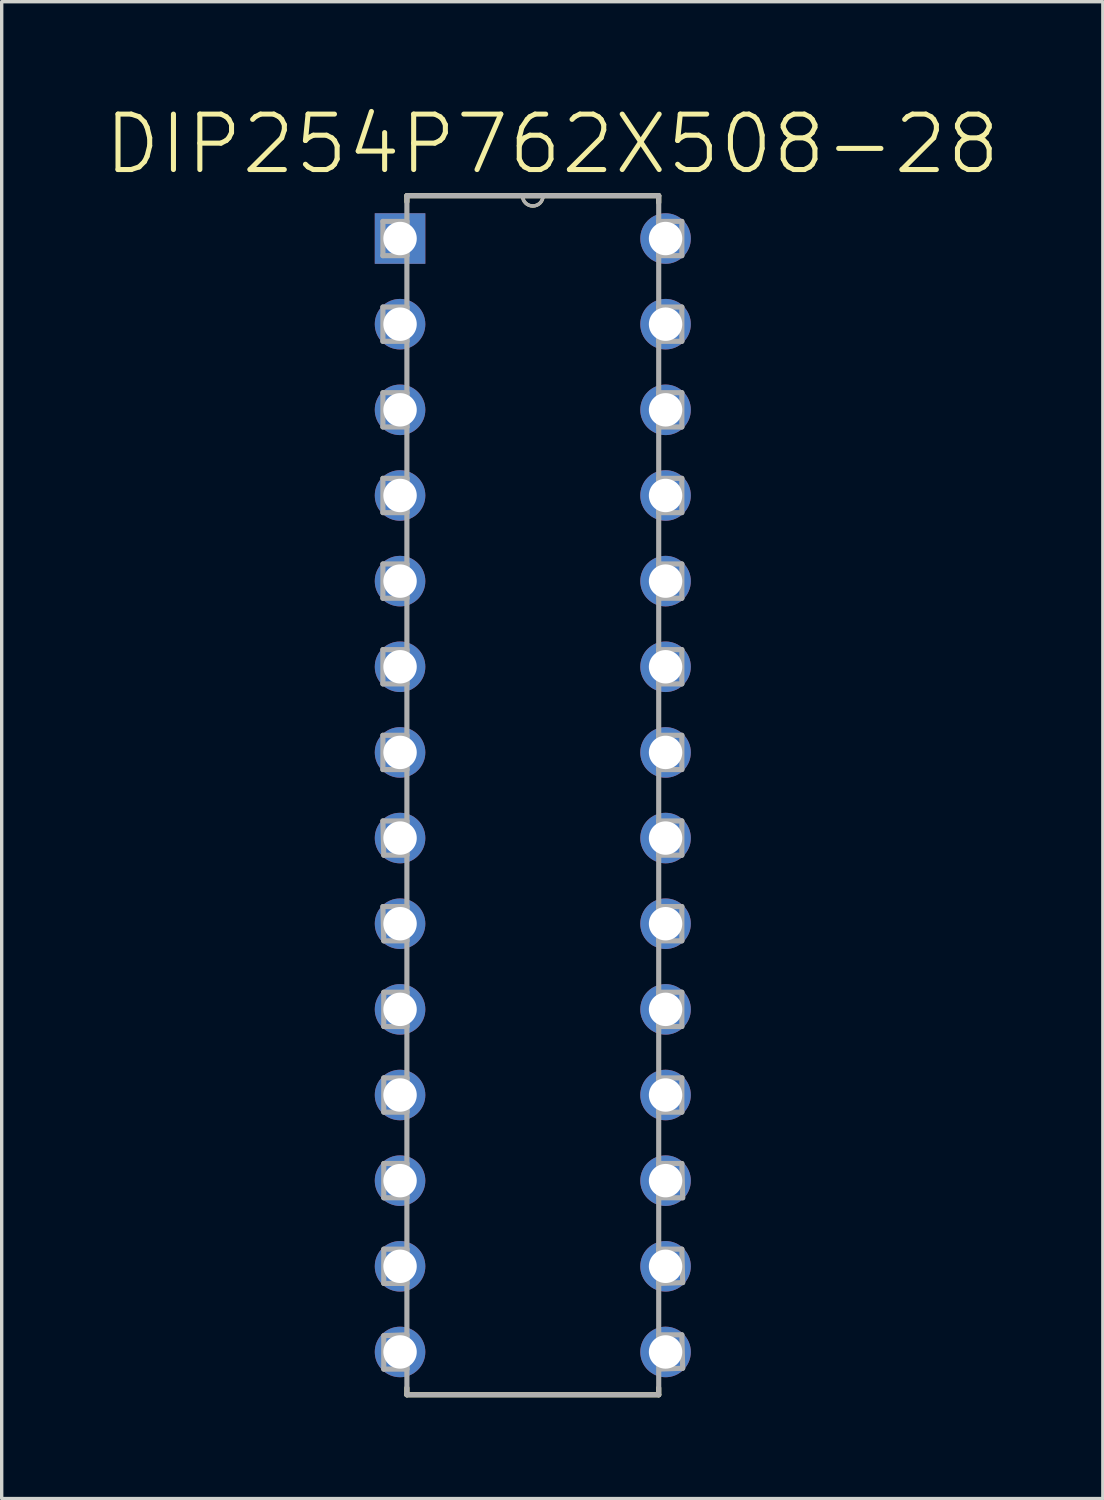
<source format=kicad_pcb>
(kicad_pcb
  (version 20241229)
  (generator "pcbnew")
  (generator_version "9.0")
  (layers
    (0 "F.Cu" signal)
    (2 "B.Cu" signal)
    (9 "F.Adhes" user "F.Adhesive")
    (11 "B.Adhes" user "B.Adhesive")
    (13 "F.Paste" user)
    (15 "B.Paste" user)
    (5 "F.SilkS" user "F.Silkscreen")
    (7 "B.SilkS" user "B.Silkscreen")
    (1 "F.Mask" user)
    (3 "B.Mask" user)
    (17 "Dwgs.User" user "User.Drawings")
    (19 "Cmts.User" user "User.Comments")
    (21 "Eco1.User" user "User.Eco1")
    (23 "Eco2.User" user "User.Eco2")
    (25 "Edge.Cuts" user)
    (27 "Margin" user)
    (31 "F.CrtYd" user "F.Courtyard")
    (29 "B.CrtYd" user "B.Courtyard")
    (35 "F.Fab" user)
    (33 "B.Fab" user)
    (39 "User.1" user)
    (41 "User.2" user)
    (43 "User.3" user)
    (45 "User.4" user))
  (footprint "DIP254P762X508-28"
    (layer "F.Cu")
    (at 16.688 37.044)
    (property "Reference" "DIP254P762X508-28" (at -3.36 -35.819 0) (layer "F.SilkS") (effects (font (size 1.644 1.644) (thickness 0.15))))
    (attr through_hole)
    (fp_line (start -7.671 -34.29) (end -7.671 -34.112) (stroke (width 0.152) (type solid)) (layer "F.SilkS"))
    (fp_line (start -7.671 1.067) (end -7.671 1.27) (stroke (width 0.152) (type solid)) (layer "F.SilkS"))
    (fp_line (start -7.671 1.27) (end -0.203 1.27) (stroke (width 0.152) (type solid)) (layer "F.SilkS"))
    (fp_line (start -4.242 -34.29) (end -7.671 -34.29) (stroke (width 0.152) (type solid)) (layer "F.SilkS"))
    (fp_line (start -3.632 -34.29) (end -4.242 -34.29) (stroke (width 0.152) (type solid)) (layer "F.SilkS"))
    (fp_line (start -0.203 -34.29) (end -3.632 -34.29) (stroke (width 0.152) (type solid)) (layer "F.SilkS"))
    (fp_line (start -0.203 -34.087) (end -0.203 -34.29) (stroke (width 0.152) (type solid)) (layer "F.SilkS"))
    (fp_line (start -0.203 1.27) (end -0.203 1.067) (stroke (width 0.152) (type solid)) (layer "F.SilkS"))
    (fp_arc (start -3.6322 -34.29) (mid -3.937 -33.9852) (end -4.2418 -34.29) (stroke (width 0.1) (type solid)) (layer "F.SilkS"))
    (fp_line (start -8.382 -33.528) (end -8.382 -32.512) (stroke (width 0.152) (type solid)) (layer "F.Fab"))
    (fp_line (start -8.382 -32.512) (end -7.671 -32.512) (stroke (width 0.152) (type solid)) (layer "F.Fab"))
    (fp_line (start -8.382 -30.988) (end -8.382 -29.972) (stroke (width 0.152) (type solid)) (layer "F.Fab"))
    (fp_line (start -8.382 -29.972) (end -7.671 -29.972) (stroke (width 0.152) (type solid)) (layer "F.Fab"))
    (fp_line (start -8.382 -28.448) (end -8.382 -27.432) (stroke (width 0.152) (type solid)) (layer "F.Fab"))
    (fp_line (start -8.382 -27.432) (end -7.671 -27.432) (stroke (width 0.152) (type solid)) (layer "F.Fab"))
    (fp_line (start -8.382 -25.908) (end -8.382 -24.892) (stroke (width 0.152) (type solid)) (layer "F.Fab"))
    (fp_line (start -8.382 -24.892) (end -7.671 -24.892) (stroke (width 0.152) (type solid)) (layer "F.Fab"))
    (fp_line (start -8.382 -23.368) (end -8.382 -22.352) (stroke (width 0.152) (type solid)) (layer "F.Fab"))
    (fp_line (start -8.382 -22.352) (end -7.671 -22.352) (stroke (width 0.152) (type solid)) (layer "F.Fab"))
    (fp_line (start -8.382 -20.828) (end -8.382 -19.812) (stroke (width 0.152) (type solid)) (layer "F.Fab"))
    (fp_line (start -8.382 -19.812) (end -7.671 -19.812) (stroke (width 0.152) (type solid)) (layer "F.Fab"))
    (fp_line (start -8.382 -18.288) (end -8.382 -17.272) (stroke (width 0.152) (type solid)) (layer "F.Fab"))
    (fp_line (start -8.382 -17.272) (end -7.671 -17.272) (stroke (width 0.152) (type solid)) (layer "F.Fab"))
    (fp_line (start -8.382 -15.748) (end -8.357 -14.732) (stroke (width 0.152) (type solid)) (layer "F.Fab"))
    (fp_line (start -8.382 -13.208) (end -8.357 -12.192) (stroke (width 0.152) (type solid)) (layer "F.Fab"))
    (fp_line (start -8.357 -14.732) (end -7.671 -14.732) (stroke (width 0.152) (type solid)) (layer "F.Fab"))
    (fp_line (start -8.357 -12.192) (end -7.671 -12.192) (stroke (width 0.152) (type solid)) (layer "F.Fab"))
    (fp_line (start -8.357 -10.668) (end -8.357 -9.652) (stroke (width 0.152) (type solid)) (layer "F.Fab"))
    (fp_line (start -8.357 -9.652) (end -7.671 -9.652) (stroke (width 0.152) (type solid)) (layer "F.Fab"))
    (fp_line (start -8.357 -8.128) (end -8.357 -7.112) (stroke (width 0.152) (type solid)) (layer "F.Fab"))
    (fp_line (start -8.357 -7.112) (end -7.671 -7.112) (stroke (width 0.152) (type solid)) (layer "F.Fab"))
    (fp_line (start -8.357 -5.588) (end -8.357 -4.572) (stroke (width 0.152) (type solid)) (layer "F.Fab"))
    (fp_line (start -8.357 -4.572) (end -7.671 -4.572) (stroke (width 0.152) (type solid)) (layer "F.Fab"))
    (fp_line (start -8.357 -3.048) (end -8.357 -2.032) (stroke (width 0.152) (type solid)) (layer "F.Fab"))
    (fp_line (start -8.357 -2.032) (end -7.671 -2.032) (stroke (width 0.152) (type solid)) (layer "F.Fab"))
    (fp_line (start -8.357 -0.483) (end -8.357 0.508) (stroke (width 0.152) (type solid)) (layer "F.Fab"))
    (fp_line (start -8.357 0.508) (end -7.671 0.508) (stroke (width 0.152) (type solid)) (layer "F.Fab"))
    (fp_line (start -7.671 -34.29) (end -7.671 1.27) (stroke (width 0.152) (type solid)) (layer "F.Fab"))
    (fp_line (start -7.671 -33.528) (end -8.382 -33.528) (stroke (width 0.152) (type solid)) (layer "F.Fab"))
    (fp_line (start -7.671 -32.512) (end -7.671 -33.528) (stroke (width 0.152) (type solid)) (layer "F.Fab"))
    (fp_line (start -7.671 -30.988) (end -8.382 -30.988) (stroke (width 0.152) (type solid)) (layer "F.Fab"))
    (fp_line (start -7.671 -29.972) (end -7.671 -30.988) (stroke (width 0.152) (type solid)) (layer "F.Fab"))
    (fp_line (start -7.671 -28.448) (end -8.382 -28.448) (stroke (width 0.152) (type solid)) (layer "F.Fab"))
    (fp_line (start -7.671 -27.432) (end -7.671 -28.448) (stroke (width 0.152) (type solid)) (layer "F.Fab"))
    (fp_line (start -7.671 -25.908) (end -8.382 -25.908) (stroke (width 0.152) (type solid)) (layer "F.Fab"))
    (fp_line (start -7.671 -24.892) (end -7.671 -25.908) (stroke (width 0.152) (type solid)) (layer "F.Fab"))
    (fp_line (start -7.671 -23.368) (end -8.382 -23.368) (stroke (width 0.152) (type solid)) (layer "F.Fab"))
    (fp_line (start -7.671 -22.352) (end -7.671 -23.368) (stroke (width 0.152) (type solid)) (layer "F.Fab"))
    (fp_line (start -7.671 -20.828) (end -8.382 -20.828) (stroke (width 0.152) (type solid)) (layer "F.Fab"))
    (fp_line (start -7.671 -19.812) (end -7.671 -20.828) (stroke (width 0.152) (type solid)) (layer "F.Fab"))
    (fp_line (start -7.671 -18.288) (end -8.382 -18.288) (stroke (width 0.152) (type solid)) (layer "F.Fab"))
    (fp_line (start -7.671 -17.272) (end -7.671 -18.288) (stroke (width 0.152) (type solid)) (layer "F.Fab"))
    (fp_line (start -7.671 -15.748) (end -8.382 -15.748) (stroke (width 0.152) (type solid)) (layer "F.Fab"))
    (fp_line (start -7.671 -14.732) (end -7.671 -15.748) (stroke (width 0.152) (type solid)) (layer "F.Fab"))
    (fp_line (start -7.671 -13.208) (end -8.382 -13.208) (stroke (width 0.152) (type solid)) (layer "F.Fab"))
    (fp_line (start -7.671 -12.192) (end -7.671 -13.208) (stroke (width 0.152) (type solid)) (layer "F.Fab"))
    (fp_line (start -7.671 -10.668) (end -8.357 -10.668) (stroke (width 0.152) (type solid)) (layer "F.Fab"))
    (fp_line (start -7.671 -9.652) (end -7.671 -10.668) (stroke (width 0.152) (type solid)) (layer "F.Fab"))
    (fp_line (start -7.671 -8.128) (end -8.357 -8.128) (stroke (width 0.152) (type solid)) (layer "F.Fab"))
    (fp_line (start -7.671 -7.112) (end -7.671 -8.128) (stroke (width 0.152) (type solid)) (layer "F.Fab"))
    (fp_line (start -7.671 -5.588) (end -8.357 -5.588) (stroke (width 0.152) (type solid)) (layer "F.Fab"))
    (fp_line (start -7.671 -4.572) (end -7.671 -5.588) (stroke (width 0.152) (type solid)) (layer "F.Fab"))
    (fp_line (start -7.671 -3.048) (end -8.357 -3.048) (stroke (width 0.152) (type solid)) (layer "F.Fab"))
    (fp_line (start -7.671 -2.032) (end -7.671 -3.048) (stroke (width 0.152) (type solid)) (layer "F.Fab"))
    (fp_line (start -7.671 -0.508) (end -8.357 -0.483) (stroke (width 0.152) (type solid)) (layer "F.Fab"))
    (fp_line (start -7.671 0.508) (end -7.671 -0.508) (stroke (width 0.152) (type solid)) (layer "F.Fab"))
    (fp_line (start -7.671 1.27) (end -0.203 1.27) (stroke (width 0.152) (type solid)) (layer "F.Fab"))
    (fp_line (start -4.242 -34.29) (end -7.671 -34.29) (stroke (width 0.152) (type solid)) (layer "F.Fab"))
    (fp_line (start -3.632 -34.29) (end -4.242 -34.29) (stroke (width 0.152) (type solid)) (layer "F.Fab"))
    (fp_line (start -0.203 -34.29) (end -3.632 -34.29) (stroke (width 0.152) (type solid)) (layer "F.Fab"))
    (fp_line (start -0.203 -33.528) (end -0.203 -32.512) (stroke (width 0.152) (type solid)) (layer "F.Fab"))
    (fp_line (start -0.203 -32.512) (end 0.483 -32.512) (stroke (width 0.152) (type solid)) (layer "F.Fab"))
    (fp_line (start -0.203 -30.988) (end -0.203 -29.972) (stroke (width 0.152) (type solid)) (layer "F.Fab"))
    (fp_line (start -0.203 -29.972) (end 0.483 -29.972) (stroke (width 0.152) (type solid)) (layer "F.Fab"))
    (fp_line (start -0.203 -28.448) (end -0.203 -27.432) (stroke (width 0.152) (type solid)) (layer "F.Fab"))
    (fp_line (start -0.203 -27.432) (end 0.483 -27.432) (stroke (width 0.152) (type solid)) (layer "F.Fab"))
    (fp_line (start -0.203 -25.908) (end -0.203 -24.892) (stroke (width 0.152) (type solid)) (layer "F.Fab"))
    (fp_line (start -0.203 -24.892) (end 0.483 -24.892) (stroke (width 0.152) (type solid)) (layer "F.Fab"))
    (fp_line (start -0.203 -23.368) (end -0.203 -22.352) (stroke (width 0.152) (type solid)) (layer "F.Fab"))
    (fp_line (start -0.203 -22.352) (end 0.483 -22.352) (stroke (width 0.152) (type solid)) (layer "F.Fab"))
    (fp_line (start -0.203 -20.828) (end -0.203 -19.812) (stroke (width 0.152) (type solid)) (layer "F.Fab"))
    (fp_line (start -0.203 -19.812) (end 0.483 -19.812) (stroke (width 0.152) (type solid)) (layer "F.Fab"))
    (fp_line (start -0.203 -18.288) (end -0.203 -17.272) (stroke (width 0.152) (type solid)) (layer "F.Fab"))
    (fp_line (start -0.203 -17.272) (end 0.483 -17.272) (stroke (width 0.152) (type solid)) (layer "F.Fab"))
    (fp_line (start -0.203 -15.748) (end -0.203 -14.732) (stroke (width 0.152) (type solid)) (layer "F.Fab"))
    (fp_line (start -0.203 -14.732) (end 0.483 -14.732) (stroke (width 0.152) (type solid)) (layer "F.Fab"))
    (fp_line (start -0.203 -13.208) (end -0.203 -12.192) (stroke (width 0.152) (type solid)) (layer "F.Fab"))
    (fp_line (start -0.203 -12.192) (end 0.483 -12.192) (stroke (width 0.152) (type solid)) (layer "F.Fab"))
    (fp_line (start -0.203 -10.668) (end -0.203 -9.652) (stroke (width 0.152) (type solid)) (layer "F.Fab"))
    (fp_line (start -0.203 -9.652) (end 0.483 -9.652) (stroke (width 0.152) (type solid)) (layer "F.Fab"))
    (fp_line (start -0.203 -8.128) (end -0.203 -7.112) (stroke (width 0.152) (type solid)) (layer "F.Fab"))
    (fp_line (start -0.203 -7.112) (end 0.483 -7.112) (stroke (width 0.152) (type solid)) (layer "F.Fab"))
    (fp_line (start -0.203 -5.588) (end -0.203 -4.572) (stroke (width 0.152) (type solid)) (layer "F.Fab"))
    (fp_line (start -0.203 -4.572) (end 0.508 -4.572) (stroke (width 0.152) (type solid)) (layer "F.Fab"))
    (fp_line (start -0.203 -3.048) (end -0.203 -2.032) (stroke (width 0.152) (type solid)) (layer "F.Fab"))
    (fp_line (start -0.203 -2.032) (end 0.508 -2.057) (stroke (width 0.152) (type solid)) (layer "F.Fab"))
    (fp_line (start -0.203 -0.508) (end -0.178 0.508) (stroke (width 0.152) (type solid)) (layer "F.Fab"))
    (fp_line (start -0.203 1.27) (end -0.203 -34.29) (stroke (width 0.152) (type solid)) (layer "F.Fab"))
    (fp_line (start -0.178 0.508) (end 0.508 0.483) (stroke (width 0.152) (type solid)) (layer "F.Fab"))
    (fp_line (start 0.483 -33.528) (end -0.203 -33.528) (stroke (width 0.152) (type solid)) (layer "F.Fab"))
    (fp_line (start 0.483 -32.512) (end 0.483 -33.528) (stroke (width 0.152) (type solid)) (layer "F.Fab"))
    (fp_line (start 0.483 -30.988) (end -0.203 -30.988) (stroke (width 0.152) (type solid)) (layer "F.Fab"))
    (fp_line (start 0.483 -29.972) (end 0.483 -30.988) (stroke (width 0.152) (type solid)) (layer "F.Fab"))
    (fp_line (start 0.483 -28.448) (end -0.203 -28.448) (stroke (width 0.152) (type solid)) (layer "F.Fab"))
    (fp_line (start 0.483 -27.432) (end 0.483 -28.448) (stroke (width 0.152) (type solid)) (layer "F.Fab"))
    (fp_line (start 0.483 -25.908) (end -0.203 -25.908) (stroke (width 0.152) (type solid)) (layer "F.Fab"))
    (fp_line (start 0.483 -24.892) (end 0.483 -25.908) (stroke (width 0.152) (type solid)) (layer "F.Fab"))
    (fp_line (start 0.483 -23.368) (end -0.203 -23.368) (stroke (width 0.152) (type solid)) (layer "F.Fab"))
    (fp_line (start 0.483 -22.352) (end 0.483 -23.368) (stroke (width 0.152) (type solid)) (layer "F.Fab"))
    (fp_line (start 0.483 -20.828) (end -0.203 -20.828) (stroke (width 0.152) (type solid)) (layer "F.Fab"))
    (fp_line (start 0.483 -19.812) (end 0.483 -20.828) (stroke (width 0.152) (type solid)) (layer "F.Fab"))
    (fp_line (start 0.483 -18.288) (end -0.203 -18.288) (stroke (width 0.152) (type solid)) (layer "F.Fab"))
    (fp_line (start 0.483 -17.272) (end 0.483 -18.288) (stroke (width 0.152) (type solid)) (layer "F.Fab"))
    (fp_line (start 0.483 -15.748) (end -0.203 -15.748) (stroke (width 0.152) (type solid)) (layer "F.Fab"))
    (fp_line (start 0.483 -14.732) (end 0.483 -15.748) (stroke (width 0.152) (type solid)) (layer "F.Fab"))
    (fp_line (start 0.483 -13.208) (end -0.203 -13.208) (stroke (width 0.152) (type solid)) (layer "F.Fab"))
    (fp_line (start 0.483 -12.192) (end 0.483 -13.208) (stroke (width 0.152) (type solid)) (layer "F.Fab"))
    (fp_line (start 0.483 -10.668) (end -0.203 -10.668) (stroke (width 0.152) (type solid)) (layer "F.Fab"))
    (fp_line (start 0.483 -9.652) (end 0.483 -10.668) (stroke (width 0.152) (type solid)) (layer "F.Fab"))
    (fp_line (start 0.483 -8.128) (end -0.203 -8.128) (stroke (width 0.152) (type solid)) (layer "F.Fab"))
    (fp_line (start 0.483 -7.112) (end 0.483 -8.128) (stroke (width 0.152) (type solid)) (layer "F.Fab"))
    (fp_line (start 0.483 -5.588) (end -0.203 -5.588) (stroke (width 0.152) (type solid)) (layer "F.Fab"))
    (fp_line (start 0.483 -3.048) (end -0.203 -3.048) (stroke (width 0.152) (type solid)) (layer "F.Fab"))
    (fp_line (start 0.483 -0.508) (end -0.203 -0.508) (stroke (width 0.152) (type solid)) (layer "F.Fab"))
    (fp_line (start 0.508 -4.572) (end 0.483 -5.588) (stroke (width 0.152) (type solid)) (layer "F.Fab"))
    (fp_line (start 0.508 -2.057) (end 0.483 -3.048) (stroke (width 0.152) (type solid)) (layer "F.Fab"))
    (fp_line (start 0.508 0.483) (end 0.483 -0.508) (stroke (width 0.152) (type solid)) (layer "F.Fab"))
    (fp_arc (start -3.6322 -34.29) (mid -3.937 -33.9852) (end -4.2418 -34.29) (stroke (width 0.1) (type solid)) (layer "F.Fab"))
    (pad "1" thru_hole rect (at -7.874 -33.02) (size 1.499 1.499) (drill 0.991) (layers "*.Cu" "*.Mask"))
    (pad "2" thru_hole circle (at -7.874 -30.48) (size 1.499 1.499) (drill 0.991) (layers "*.Cu" "*.Mask"))
    (pad "3" thru_hole circle (at -7.874 -27.94) (size 1.499 1.499) (drill 0.991) (layers "*.Cu" "*.Mask"))
    (pad "4" thru_hole circle (at -7.874 -25.4) (size 1.499 1.499) (drill 0.991) (layers "*.Cu" "*.Mask"))
    (pad "5" thru_hole circle (at -7.874 -22.86) (size 1.499 1.499) (drill 0.991) (layers "*.Cu" "*.Mask"))
    (pad "6" thru_hole circle (at -7.874 -20.32) (size 1.499 1.499) (drill 0.991) (layers "*.Cu" "*.Mask"))
    (pad "7" thru_hole circle (at -7.874 -17.78) (size 1.499 1.499) (drill 0.991) (layers "*.Cu" "*.Mask"))
    (pad "8" thru_hole circle (at -7.874 -15.24) (size 1.499 1.499) (drill 0.991) (layers "*.Cu" "*.Mask"))
    (pad "9" thru_hole circle (at -7.874 -12.7) (size 1.499 1.499) (drill 0.991) (layers "*.Cu" "*.Mask"))
    (pad "10" thru_hole circle (at -7.874 -10.16) (size 1.499 1.499) (drill 0.991) (layers "*.Cu" "*.Mask"))
    (pad "11" thru_hole circle (at -7.874 -7.62) (size 1.499 1.499) (drill 0.991) (layers "*.Cu" "*.Mask"))
    (pad "12" thru_hole circle (at -7.874 -5.08) (size 1.499 1.499) (drill 0.991) (layers "*.Cu" "*.Mask"))
    (pad "13" thru_hole circle (at -7.874 -2.54) (size 1.499 1.499) (drill 0.991) (layers "*.Cu" "*.Mask"))
    (pad "14" thru_hole circle (at -7.874 0) (size 1.499 1.499) (drill 0.991) (layers "*.Cu" "*.Mask"))
    (pad "15" thru_hole circle (at 0 0) (size 1.499 1.499) (drill 0.991) (layers "*.Cu" "*.Mask"))
    (pad "16" thru_hole circle (at 0 -2.54) (size 1.499 1.499) (drill 0.991) (layers "*.Cu" "*.Mask"))
    (pad "17" thru_hole circle (at 0 -5.08) (size 1.499 1.499) (drill 0.991) (layers "*.Cu" "*.Mask"))
    (pad "18" thru_hole circle (at 0 -7.62) (size 1.499 1.499) (drill 0.991) (layers "*.Cu" "*.Mask"))
    (pad "19" thru_hole circle (at 0 -10.16) (size 1.499 1.499) (drill 0.991) (layers "*.Cu" "*.Mask"))
    (pad "20" thru_hole circle (at 0 -12.7) (size 1.499 1.499) (drill 0.991) (layers "*.Cu" "*.Mask"))
    (pad "21" thru_hole circle (at 0 -15.24) (size 1.499 1.499) (drill 0.991) (layers "*.Cu" "*.Mask"))
    (pad "22" thru_hole circle (at 0 -17.78) (size 1.499 1.499) (drill 0.991) (layers "*.Cu" "*.Mask"))
    (pad "23" thru_hole circle (at 0 -20.32) (size 1.499 1.499) (drill 0.991) (layers "*.Cu" "*.Mask"))
    (pad "24" thru_hole circle (at 0 -22.86) (size 1.499 1.499) (drill 0.991) (layers "*.Cu" "*.Mask"))
    (pad "25" thru_hole circle (at 0 -25.4) (size 1.499 1.499) (drill 0.991) (layers "*.Cu" "*.Mask"))
    (pad "26" thru_hole circle (at 0 -27.94) (size 1.499 1.499) (drill 0.991) (layers "*.Cu" "*.Mask"))
    (pad "27" thru_hole circle (at 0 -30.48) (size 1.499 1.499) (drill 0.991) (layers "*.Cu" "*.Mask"))
    (pad "28" thru_hole circle (at 0 -33.02) (size 1.499 1.499) (drill 0.991) (layers "*.Cu" "*.Mask")))
  (gr_rect
    (start -3 -3)
    (end 29.656 41.391)
    (stroke (width 0.1) (type default))
    (fill no)
    (layer "Edge.Cuts")))
</source>
